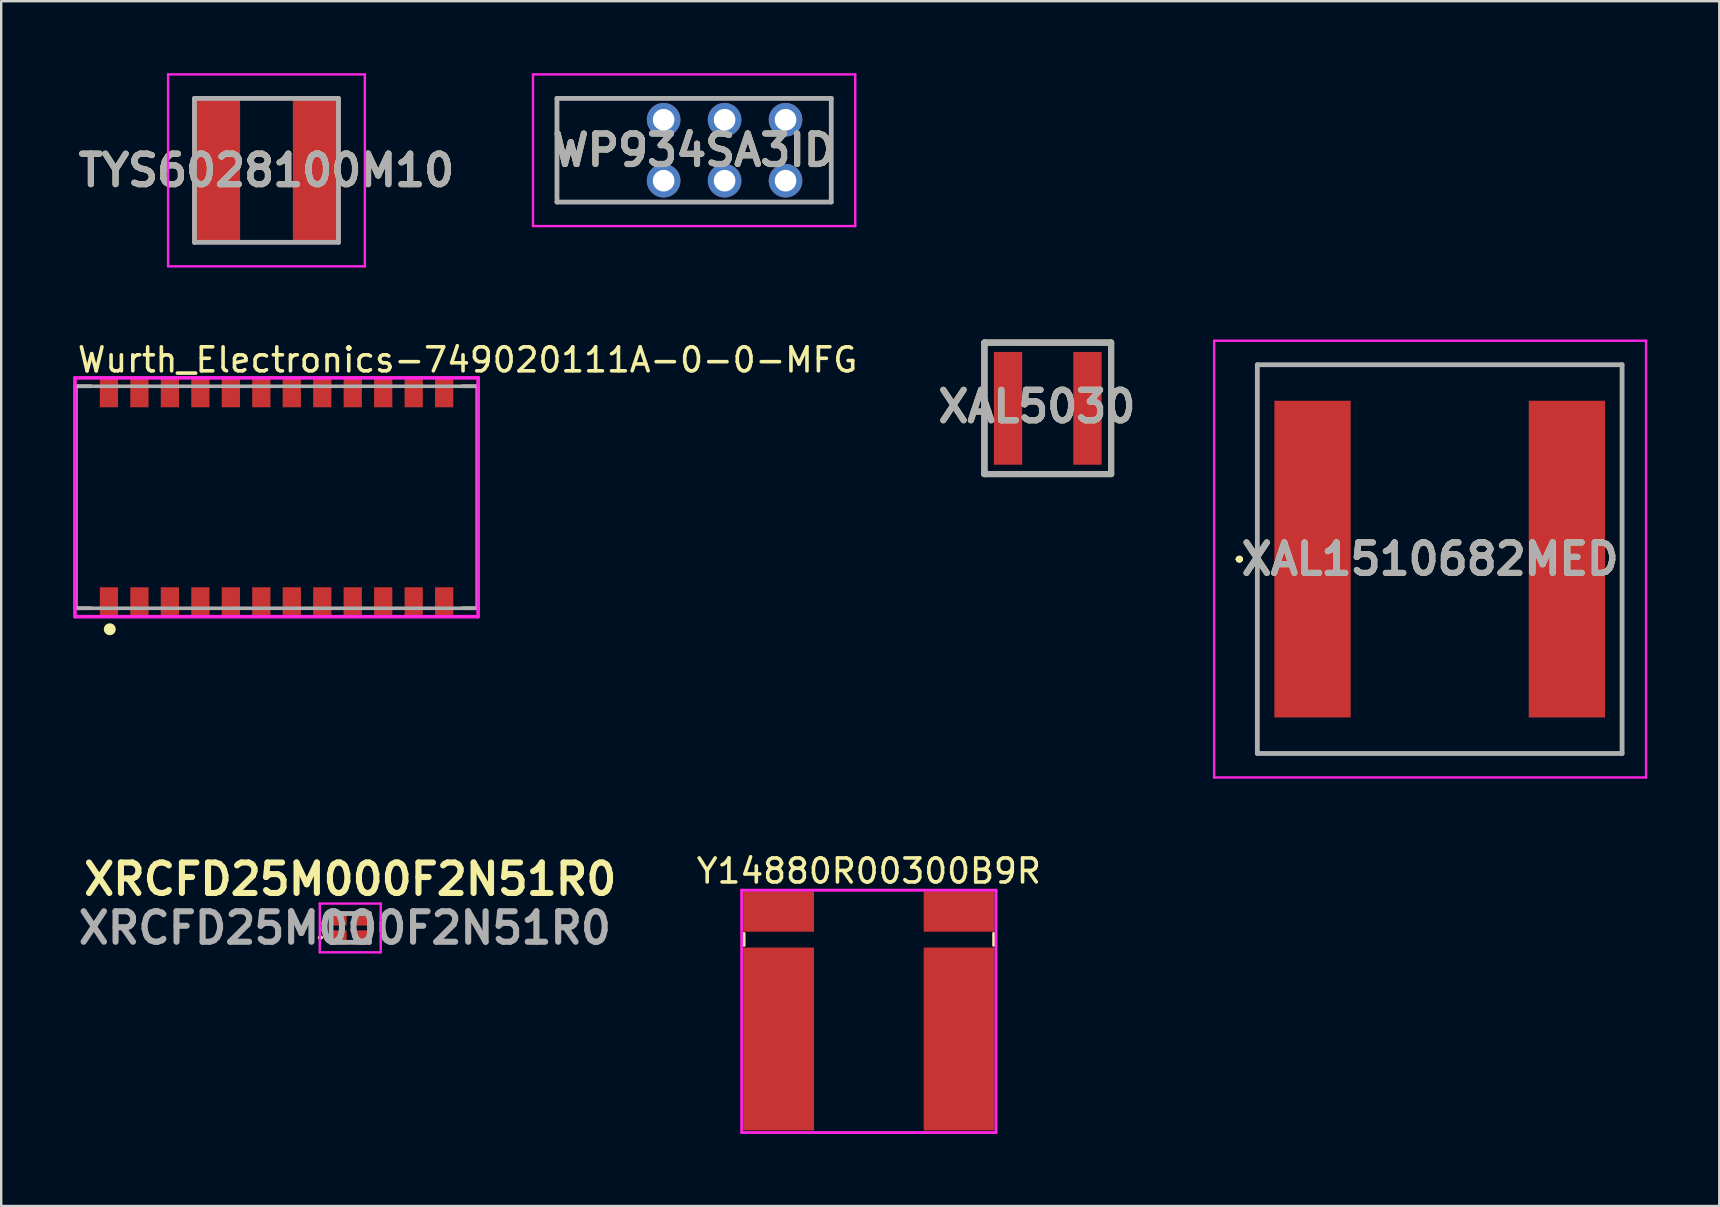
<source format=kicad_pcb>
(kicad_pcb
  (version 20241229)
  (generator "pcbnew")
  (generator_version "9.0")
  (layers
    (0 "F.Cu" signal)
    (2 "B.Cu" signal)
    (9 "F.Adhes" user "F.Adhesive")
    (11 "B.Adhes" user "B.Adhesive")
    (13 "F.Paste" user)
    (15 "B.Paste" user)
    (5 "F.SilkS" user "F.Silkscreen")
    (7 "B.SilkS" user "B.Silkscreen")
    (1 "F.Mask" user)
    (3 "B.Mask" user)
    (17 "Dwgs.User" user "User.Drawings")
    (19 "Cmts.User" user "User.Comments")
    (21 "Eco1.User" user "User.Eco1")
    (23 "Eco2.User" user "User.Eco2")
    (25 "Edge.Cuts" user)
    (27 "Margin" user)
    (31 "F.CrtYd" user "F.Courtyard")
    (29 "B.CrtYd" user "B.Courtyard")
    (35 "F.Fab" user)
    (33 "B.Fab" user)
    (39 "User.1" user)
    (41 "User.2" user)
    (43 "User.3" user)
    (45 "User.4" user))
  (footprint "WP934SA3ID"
    (layer "F.Cu")
    (at 29.686 4.48)
    (property "Reference" "WP934SA3ID" (at -3.81 -1.27 0) (layer "F.SilkS") (effects (font (size 1.27 1.27) (thickness 0.254))))
    (attr through_hole)
    (fp_line (start -9.525 -3.43) (end 1.905 -3.43) (stroke (width 0.1) (type solid)) (layer "F.SilkS"))
    (fp_line (start -9.525 0.89) (end -9.525 -3.43) (stroke (width 0.1) (type solid)) (layer "F.SilkS"))
    (fp_line (start 1.905 -3.43) (end 1.905 0.89) (stroke (width 0.1) (type solid)) (layer "F.SilkS"))
    (fp_line (start 1.905 0.89) (end -9.525 0.89) (stroke (width 0.1) (type solid)) (layer "F.SilkS"))
    (fp_line (start -10.525 -4.43) (end 2.905 -4.43) (stroke (width 0.1) (type solid)) (layer "F.CrtYd"))
    (fp_line (start -10.525 1.89) (end -10.525 -4.43) (stroke (width 0.1) (type solid)) (layer "F.CrtYd"))
    (fp_line (start 2.905 -4.43) (end 2.905 1.89) (stroke (width 0.1) (type solid)) (layer "F.CrtYd"))
    (fp_line (start 2.905 1.89) (end -10.525 1.89) (stroke (width 0.1) (type solid)) (layer "F.CrtYd"))
    (fp_line (start -9.525 -3.43) (end 1.905 -3.43) (stroke (width 0.2) (type solid)) (layer "F.Fab"))
    (fp_line (start -9.525 0.89) (end -9.525 -3.43) (stroke (width 0.2) (type solid)) (layer "F.Fab"))
    (fp_line (start 1.905 -3.43) (end 1.905 0.89) (stroke (width 0.2) (type solid)) (layer "F.Fab"))
    (fp_line (start 1.905 0.89) (end -9.525 0.89) (stroke (width 0.2) (type solid)) (layer "F.Fab"))
    (fp_text user "${REFERENCE}" (at -3.81 -1.27 0) (layer "F.Fab") (effects (font (size 1.27 1.27) (thickness 0.254))))
    (pad "1" thru_hole circle (at 0 0) (size 1.4 1.4) (drill 0.9) (layers "*.Cu" "*.Mask"))
    (pad "2" thru_hole circle (at 0 -2.54) (size 1.4 1.4) (drill 0.9) (layers "*.Cu" "*.Mask"))
    (pad "3" thru_hole circle (at -2.54 0) (size 1.4 1.4) (drill 0.9) (layers "*.Cu" "*.Mask"))
    (pad "4" thru_hole circle (at -2.54 -2.54) (size 1.4 1.4) (drill 0.9) (layers "*.Cu" "*.Mask"))
    (pad "5" thru_hole circle (at -5.08 0) (size 1.4 1.4) (drill 0.9) (layers "*.Cu" "*.Mask"))
    (pad "6" thru_hole circle (at -5.08 -2.54) (size 1.4 1.4) (drill 0.9) (layers "*.Cu" "*.Mask")))
  (footprint "Wurth_Electronics-749020111A-0-0-MFG"
    (layer "F.Cu")
    (at 8.475 17.673)
    (property "Reference" "Wurth_Electronics-749020111A-0-0-MFG" (at -8.375 -5.725 0) (layer "F.SilkS") (effects (font (size 1 1) (thickness 0.15)) (justify left)))
    (attr through_hole)
    (fp_line (start -8.375 -4.625) (end -7.74 -4.625) (stroke (width 0.15) (type solid)) (layer "F.SilkS"))
    (fp_line (start -8.375 4.625) (end -8.375 -4.625) (stroke (width 0.15) (type solid)) (layer "F.SilkS"))
    (fp_line (start -8.375 4.625) (end -7.74 4.625) (stroke (width 0.15) (type solid)) (layer "F.SilkS"))
    (fp_line (start 7.74 -4.625) (end 8.375 -4.625) (stroke (width 0.15) (type solid)) (layer "F.SilkS"))
    (fp_line (start 7.74 4.625) (end 8.375 4.625) (stroke (width 0.15) (type solid)) (layer "F.SilkS"))
    (fp_line (start 8.375 4.625) (end 8.375 -4.625) (stroke (width 0.15) (type solid)) (layer "F.SilkS"))
    (fp_circle (center -6.95 5.5) (end -6.825 5.5) (stroke (width 0.25) (type solid)) (fill no) (layer "F.SilkS"))
    (fp_line (start -8.4 -4.975) (end -8.4 4.975) (stroke (width 0.15) (type solid)) (layer "F.CrtYd"))
    (fp_line (start -8.4 4.975) (end 8.4 4.975) (stroke (width 0.15) (type solid)) (layer "F.CrtYd"))
    (fp_line (start 8.4 -4.975) (end -8.4 -4.975) (stroke (width 0.15) (type solid)) (layer "F.CrtYd"))
    (fp_line (start 8.4 -4.975) (end 8.4 -4.975) (stroke (width 0.15) (type solid)) (layer "F.CrtYd"))
    (fp_line (start 8.4 4.975) (end 8.4 -4.975) (stroke (width 0.15) (type solid)) (layer "F.CrtYd"))
    (fp_line (start -8.375 -4.625) (end 8.375 -4.625) (stroke (width 0.15) (type solid)) (layer "F.Fab"))
    (fp_line (start -8.375 4.625) (end -8.375 -4.625) (stroke (width 0.15) (type solid)) (layer "F.Fab"))
    (fp_line (start 8.375 -4.625) (end 8.375 4.625) (stroke (width 0.15) (type solid)) (layer "F.Fab"))
    (fp_line (start 8.375 4.625) (end -8.375 4.625) (stroke (width 0.15) (type solid)) (layer "F.Fab"))
    (pad "1" smd rect (at -6.985 4.35) (size 0.76 1.2) (layers "F.Cu" "F.Mask" "F.Paste"))
    (pad "2" smd rect (at -5.715 4.35) (size 0.76 1.2) (layers "F.Cu" "F.Mask" "F.Paste"))
    (pad "3" smd rect (at -4.445 4.35) (size 0.76 1.2) (layers "F.Cu" "F.Mask" "F.Paste"))
    (pad "4" smd rect (at -3.175 4.35) (size 0.76 1.2) (layers "F.Cu" "F.Mask" "F.Paste"))
    (pad "5" smd rect (at -1.905 4.35) (size 0.76 1.2) (layers "F.Cu" "F.Mask" "F.Paste"))
    (pad "6" smd rect (at -0.635 4.35) (size 0.76 1.2) (layers "F.Cu" "F.Mask" "F.Paste"))
    (pad "7" smd rect (at 0.635 4.35) (size 0.76 1.2) (layers "F.Cu" "F.Mask" "F.Paste"))
    (pad "8" smd rect (at 1.905 4.35) (size 0.76 1.2) (layers "F.Cu" "F.Mask" "F.Paste"))
    (pad "9" smd rect (at 3.175 4.35) (size 0.76 1.2) (layers "F.Cu" "F.Mask" "F.Paste"))
    (pad "10" smd rect (at 4.445 4.35) (size 0.76 1.2) (layers "F.Cu" "F.Mask" "F.Paste"))
    (pad "11" smd rect (at 5.715 4.35) (size 0.76 1.2) (layers "F.Cu" "F.Mask" "F.Paste"))
    (pad "12" smd rect (at 6.985 4.35) (size 0.76 1.2) (layers "F.Cu" "F.Mask" "F.Paste"))
    (pad "13" smd rect (at 6.985 -4.35) (size 0.76 1.2) (layers "F.Cu" "F.Mask" "F.Paste"))
    (pad "14" smd rect (at 5.715 -4.35) (size 0.76 1.2) (layers "F.Cu" "F.Mask" "F.Paste"))
    (pad "15" smd rect (at 4.445 -4.35) (size 0.76 1.2) (layers "F.Cu" "F.Mask" "F.Paste"))
    (pad "16" smd rect (at 3.175 -4.35) (size 0.76 1.2) (layers "F.Cu" "F.Mask" "F.Paste"))
    (pad "17" smd rect (at 1.905 -4.35) (size 0.76 1.2) (layers "F.Cu" "F.Mask" "F.Paste"))
    (pad "18" smd rect (at 0.635 -4.35) (size 0.76 1.2) (layers "F.Cu" "F.Mask" "F.Paste"))
    (pad "19" smd rect (at -0.635 -4.35) (size 0.76 1.2) (layers "F.Cu" "F.Mask" "F.Paste"))
    (pad "20" smd rect (at -1.905 -4.35) (size 0.76 1.2) (layers "F.Cu" "F.Mask" "F.Paste"))
    (pad "21" smd rect (at -3.175 -4.35) (size 0.76 1.2) (layers "F.Cu" "F.Mask" "F.Paste"))
    (pad "22" smd rect (at -4.445 -4.35) (size 0.76 1.2) (layers "F.Cu" "F.Mask" "F.Paste"))
    (pad "23" smd rect (at -5.715 -4.35) (size 0.76 1.2) (layers "F.Cu" "F.Mask" "F.Paste"))
    (pad "24" smd rect (at -6.985 -4.35) (size 0.76 1.2) (layers "F.Cu" "F.Mask" "F.Paste")))
  (footprint "XRCFD25M000F2N51R0"
    (layer "F.Cu")
    (at 11.546 35.621)
    (property "Reference" "XRCFD25M000F2N51R0" (at 0 -2.032 0) (layer "F.SilkS") (effects (font (size 1.27 1.27) (thickness 0.254))))
    (attr smd)
    (fp_line (start -1.3 0.4) (end -1.3 0.4) (stroke (width 0.1) (type solid)) (layer "F.SilkS"))
    (fp_line (start -1.2 0.4) (end -1.2 0.4) (stroke (width 0.1) (type solid)) (layer "F.SilkS"))
    (fp_arc (start -1.3 0.4) (mid -1.25 0.35) (end -1.2 0.4) (stroke (width 0.1) (type solid)) (layer "F.SilkS"))
    (fp_arc (start -1.2 0.4) (mid -1.25 0.45) (end -1.3 0.4) (stroke (width 0.1) (type solid)) (layer "F.SilkS"))
    (fp_line (start -1.27 -1.016) (end 1.27 -1.016) (stroke (width 0.1) (type solid)) (layer "F.CrtYd"))
    (fp_line (start -1.27 1.016) (end -1.27 -1.016) (stroke (width 0.1) (type solid)) (layer "F.CrtYd"))
    (fp_line (start 1.27 -1.016) (end 1.27 1.016) (stroke (width 0.1) (type solid)) (layer "F.CrtYd"))
    (fp_line (start 1.27 1.016) (end -1.27 1.016) (stroke (width 0.1) (type solid)) (layer "F.CrtYd"))
    (fp_line (start -0.8 -0.6) (end 0.8 -0.6) (stroke (width 0.2) (type solid)) (layer "F.Fab"))
    (fp_line (start -0.8 0.6) (end -0.8 -0.6) (stroke (width 0.2) (type solid)) (layer "F.Fab"))
    (fp_line (start 0.8 -0.6) (end 0.8 0.6) (stroke (width 0.2) (type solid)) (layer "F.Fab"))
    (fp_line (start 0.8 0.6) (end -0.8 0.6) (stroke (width 0.2) (type solid)) (layer "F.Fab"))
    (fp_text user "${REFERENCE}" (at -0.225 0 0) (layer "F.Fab") (effects (font (size 1.27 1.27) (thickness 0.254))))
    (pad "1" smd rect (at -0.5 0.4 90) (size 0.6 0.7) (layers "F.Cu" "F.Mask" "F.Paste"))
    (pad "2" smd rect (at 0.5 0.4 90) (size 0.6 0.7) (layers "F.Cu" "F.Mask" "F.Paste"))
    (pad "3" smd rect (at 0.5 -0.4 90) (size 0.6 0.7) (layers "F.Cu" "F.Mask" "F.Paste"))
    (pad "4" smd rect (at -0.5 -0.4 90) (size 0.6 0.7) (layers "F.Cu" "F.Mask" "F.Paste")))
  (footprint "TYS6028100M10"
    (layer "F.Cu")
    (at 8.055 4.05)
    (property "Reference" "TYS6028100M10" (at 0 0 0) (layer "F.SilkS") (effects (font (size 1.27 1.27) (thickness 0.254))))
    (attr smd)
    (fp_line (start -0.8 -3) (end 0.8 -3) (stroke (width 0.1) (type solid)) (layer "F.SilkS"))
    (fp_line (start -0.8 3) (end 0.8 3) (stroke (width 0.1) (type solid)) (layer "F.SilkS"))
    (fp_line (start -4.1 -4) (end 4.1 -4) (stroke (width 0.1) (type solid)) (layer "F.CrtYd"))
    (fp_line (start -4.1 4) (end -4.1 -4) (stroke (width 0.1) (type solid)) (layer "F.CrtYd"))
    (fp_line (start 4.1 -4) (end 4.1 4) (stroke (width 0.1) (type solid)) (layer "F.CrtYd"))
    (fp_line (start 4.1 4) (end -4.1 4) (stroke (width 0.1) (type solid)) (layer "F.CrtYd"))
    (fp_line (start -3 -3) (end 3 -3) (stroke (width 0.2) (type solid)) (layer "F.Fab"))
    (fp_line (start -3 3) (end -3 -3) (stroke (width 0.2) (type solid)) (layer "F.Fab"))
    (fp_line (start 3 -3) (end 3 3) (stroke (width 0.2) (type solid)) (layer "F.Fab"))
    (fp_line (start 3 3) (end -3 3) (stroke (width 0.2) (type solid)) (layer "F.Fab"))
    (fp_text user "${REFERENCE}" (at 0 0 0) (layer "F.Fab") (effects (font (size 1.27 1.27) (thickness 0.254))))
    (pad "1" smd rect (at -2.1 0) (size 2 6) (layers "F.Cu" "F.Mask" "F.Paste"))
    (pad "2" smd rect (at 2.1 0) (size 2 6) (layers "F.Cu" "F.Mask" "F.Paste")))
  (footprint "XAL5030"
    (layer "F.Cu")
    (at 40.614 13.967)
    (property "Reference" "XAL5030" (at -0.452 -0.077 0) (layer "F.SilkS") (effects (font (size 1.27 1.27) (thickness 0.254))))
    (attr smd)
    (fp_line (start -2.64 -2.74) (end 2.64 -2.74) (stroke (width 0.254) (type solid)) (layer "F.SilkS"))
    (fp_line (start -2.64 2.74) (end -2.64 -2.74) (stroke (width 0.254) (type solid)) (layer "F.SilkS"))
    (fp_line (start 2.64 -2.74) (end 2.64 2.74) (stroke (width 0.254) (type solid)) (layer "F.SilkS"))
    (fp_line (start 2.64 2.74) (end -2.64 2.74) (stroke (width 0.254) (type solid)) (layer "F.SilkS"))
    (fp_line (start -2.64 -2.74) (end 2.64 -2.74) (stroke (width 0.254) (type solid)) (layer "F.Fab"))
    (fp_line (start -2.64 2.74) (end -2.64 -2.74) (stroke (width 0.254) (type solid)) (layer "F.Fab"))
    (fp_line (start 2.64 -2.74) (end 2.64 2.74) (stroke (width 0.254) (type solid)) (layer "F.Fab"))
    (fp_line (start 2.64 2.74) (end -2.64 2.74) (stroke (width 0.254) (type solid)) (layer "F.Fab"))
    (fp_text user "${REFERENCE}" (at -0.452 -0.077 0) (layer "F.Fab") (effects (font (size 1.27 1.27) (thickness 0.254))))
    (pad "1" smd rect (at -1.655 0) (size 1.18 4.7) (layers "F.Cu" "F.Mask" "F.Paste"))
    (pad "2" smd rect (at 1.655 0) (size 1.18 4.7) (layers "F.Cu" "F.Mask" "F.Paste")))
  (footprint "XAL1510682MED"
    (layer "F.Cu")
    (at 56.948 20.25)
    (property "Reference" "XAL1510682MED" (at -0.4 0 0) (layer "F.SilkS") (effects (font (size 1.27 1.27) (thickness 0.254))))
    (attr smd)
    (fp_line (start -8.4 0) (end -8.4 0) (stroke (width 0.2) (type solid)) (layer "F.SilkS"))
    (fp_line (start -8.4 0) (end -8.4 0) (stroke (width 0.2) (type solid)) (layer "F.SilkS"))
    (fp_line (start -8.3 0) (end -8.3 0) (stroke (width 0.2) (type solid)) (layer "F.SilkS"))
    (fp_line (start -7.6 -8.1) (end 7.6 -8.1) (stroke (width 0.1) (type solid)) (layer "F.SilkS"))
    (fp_line (start -7.6 8.1) (end -7.6 -8.1) (stroke (width 0.1) (type solid)) (layer "F.SilkS"))
    (fp_line (start 7.6 -8.1) (end 7.6 8.1) (stroke (width 0.1) (type solid)) (layer "F.SilkS"))
    (fp_line (start 7.6 8.1) (end -7.6 8.1) (stroke (width 0.1) (type solid)) (layer "F.SilkS"))
    (fp_arc (start -8.4 0) (mid -8.35 -0.05) (end -8.3 0) (stroke (width 0.2) (type solid)) (layer "F.SilkS"))
    (fp_arc (start -8.3 0) (mid -8.35 0.05) (end -8.4 0) (stroke (width 0.2) (type solid)) (layer "F.SilkS"))
    (fp_arc (start -8.3 0) (mid -8.35 0.05) (end -8.4 0) (stroke (width 0.2) (type solid)) (layer "F.SilkS"))
    (fp_line (start -9.4 -9.1) (end 8.6 -9.1) (stroke (width 0.1) (type solid)) (layer "F.CrtYd"))
    (fp_line (start -9.4 9.1) (end -9.4 -9.1) (stroke (width 0.1) (type solid)) (layer "F.CrtYd"))
    (fp_line (start 8.6 -9.1) (end 8.6 9.1) (stroke (width 0.1) (type solid)) (layer "F.CrtYd"))
    (fp_line (start 8.6 9.1) (end -9.4 9.1) (stroke (width 0.1) (type solid)) (layer "F.CrtYd"))
    (fp_line (start -7.6 -8.1) (end -7.6 8.1) (stroke (width 0.2) (type solid)) (layer "F.Fab"))
    (fp_line (start -7.6 8.1) (end 7.6 8.1) (stroke (width 0.2) (type solid)) (layer "F.Fab"))
    (fp_line (start 7.6 -8.1) (end -7.6 -8.1) (stroke (width 0.2) (type solid)) (layer "F.Fab"))
    (fp_line (start 7.6 8.1) (end 7.6 -8.1) (stroke (width 0.2) (type solid)) (layer "F.Fab"))
    (fp_text user "${REFERENCE}" (at -0.4 0 0) (layer "F.Fab") (effects (font (size 1.27 1.27) (thickness 0.254))))
    (pad "1" smd rect (at -5.3 0) (size 3.18 13.2) (layers "F.Cu" "F.Mask" "F.Paste"))
    (pad "2" smd rect (at 5.3 0) (size 3.18 13.2) (layers "F.Cu" "F.Mask" "F.Paste")))
  (footprint "Y14880R00300B9R"
    (layer "F.Cu")
    (at 33.159 36.448)
    (property "Reference" "Y14880R00300B9R" (at 0 -3.2 0) (layer "F.SilkS") (effects (font (size 1 1) (thickness 0.15))))
    (attr through_hole)
    (fp_line (start -5.2 -0.1) (end -5.2 -0.6) (stroke (width 0.12) (type solid)) (layer "F.SilkS"))
    (fp_line (start 5.2 -0.6) (end 5.2 -0.1) (stroke (width 0.12) (type solid)) (layer "F.SilkS"))
    (fp_line (start -5.3 -2.4) (end -5.3 7.7) (stroke (width 0.12) (type solid)) (layer "F.CrtYd"))
    (fp_line (start -5.3 -2.4) (end 5.3 -2.4) (stroke (width 0.12) (type solid)) (layer "F.CrtYd"))
    (fp_line (start 5.3 -2.4) (end 5.3 7.7) (stroke (width 0.12) (type solid)) (layer "F.CrtYd"))
    (fp_line (start 5.3 7.7) (end -5.3 7.7) (stroke (width 0.12) (type solid)) (layer "F.CrtYd"))
    (pad "1" smd rect (at -3.76 3.8) (size 2.95 7.62) (layers "F.Cu" "F.Mask" "F.Paste"))
    (pad "2" smd rect (at 3.76 3.8) (size 2.95 7.62) (layers "F.Cu" "F.Mask" "F.Paste"))
    (pad "3" smd rect (at -3.76 -1.51) (size 2.95 1.68) (layers "F.Cu" "F.Mask" "F.Paste"))
    (pad "4" smd rect (at 3.76 -1.51) (size 2.95 1.68) (layers "F.Cu" "F.Mask" "F.Paste")))
  (gr_rect
    (start -3 -3)
    (end 68.598 47.208)
    (stroke (width 0.1) (type default))
    (fill no)
    (layer "Edge.Cuts")))
</source>
